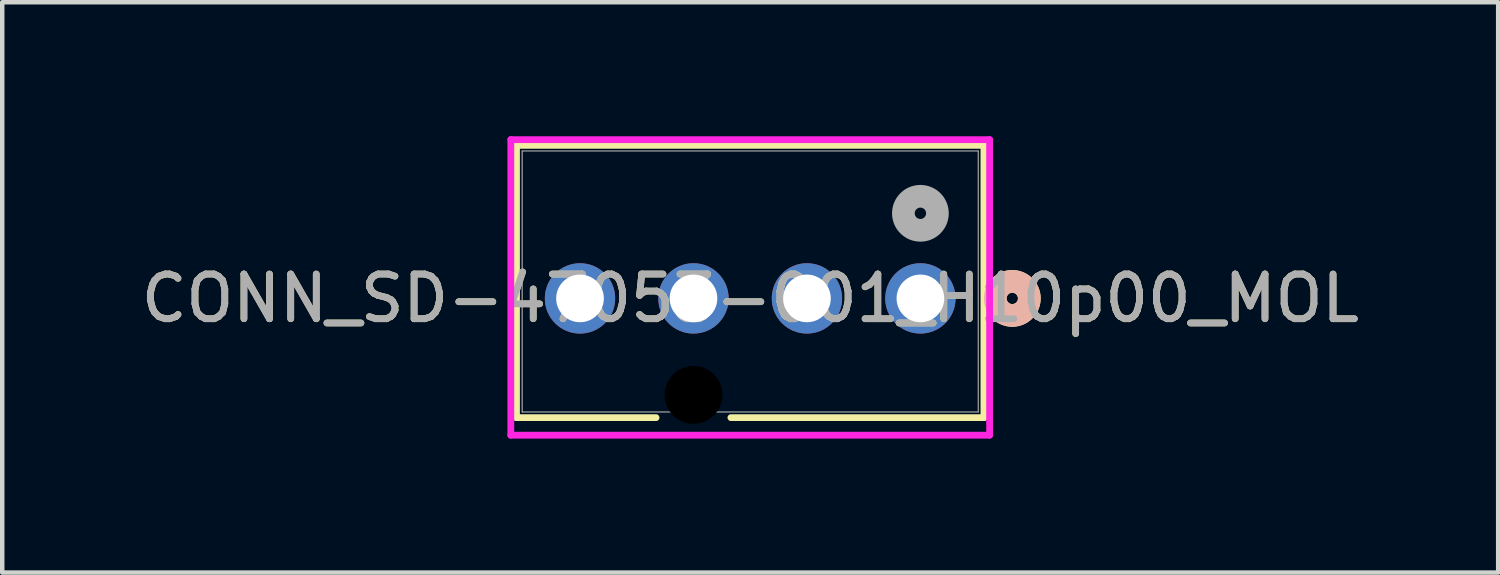
<source format=kicad_pcb>
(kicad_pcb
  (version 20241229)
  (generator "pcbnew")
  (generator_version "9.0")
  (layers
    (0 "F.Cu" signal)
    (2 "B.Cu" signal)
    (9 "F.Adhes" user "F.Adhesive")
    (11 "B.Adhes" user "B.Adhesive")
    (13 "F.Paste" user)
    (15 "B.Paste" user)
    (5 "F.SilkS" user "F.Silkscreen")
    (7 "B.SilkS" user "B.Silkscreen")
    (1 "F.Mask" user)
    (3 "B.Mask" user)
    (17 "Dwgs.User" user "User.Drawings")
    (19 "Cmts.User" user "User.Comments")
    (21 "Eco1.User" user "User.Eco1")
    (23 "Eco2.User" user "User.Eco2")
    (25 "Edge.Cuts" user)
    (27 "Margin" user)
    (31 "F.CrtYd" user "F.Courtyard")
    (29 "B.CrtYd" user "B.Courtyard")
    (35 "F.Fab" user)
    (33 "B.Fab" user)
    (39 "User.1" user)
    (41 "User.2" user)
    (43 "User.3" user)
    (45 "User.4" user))
  (footprint "CONN_SD-47053-001_H10p00_MOL"
    (layer "F.Cu")
    (at 17.554 3.63)
    (property "Reference" "CONN_SD-47053-001_H10p00_MOL" (at -3.81 0 0) (unlocked yes) (layer "F.SilkS") (effects (font (size 1 1) (thickness 0.15))))
    (attr through_hole)
    (fp_line (start -9.042 -3.427) (end -9.042 2.669) (stroke (width 0.152) (type solid)) (layer "F.SilkS"))
    (fp_line (start -9.042 2.669) (end -5.918 2.669) (stroke (width 0.152) (type solid)) (layer "F.SilkS"))
    (fp_line (start -4.242 2.669) (end 1.422 2.669) (stroke (width 0.152) (type solid)) (layer "F.SilkS"))
    (fp_line (start 1.422 -3.427) (end -9.042 -3.427) (stroke (width 0.152) (type solid)) (layer "F.SilkS"))
    (fp_line (start 1.422 2.669) (end 1.422 -3.427) (stroke (width 0.152) (type solid)) (layer "F.SilkS"))
    (fp_circle (center 2.057 0) (end 2.438 0) (stroke (width 0.508) (type solid)) (fill no) (layer "F.SilkS"))
    (fp_circle (center 2.057 0) (end 2.438 0) (stroke (width 0.508) (type solid)) (fill no) (layer "B.SilkS"))
    (fp_line (start -9.169 -3.554) (end -9.169 3.062) (stroke (width 0.152) (type solid)) (layer "F.CrtYd"))
    (fp_line (start -9.169 3.062) (end 1.549 3.062) (stroke (width 0.152) (type solid)) (layer "F.CrtYd"))
    (fp_line (start 1.549 -3.554) (end -9.169 -3.554) (stroke (width 0.152) (type solid)) (layer "F.CrtYd"))
    (fp_line (start 1.549 3.062) (end 1.549 -3.554) (stroke (width 0.152) (type solid)) (layer "F.CrtYd"))
    (fp_line (start -8.915 -3.3) (end -8.915 2.542) (stroke (width 0.025) (type solid)) (layer "F.Fab"))
    (fp_line (start -8.915 2.542) (end 1.295 2.542) (stroke (width 0.025) (type solid)) (layer "F.Fab"))
    (fp_line (start 1.295 -3.3) (end -8.915 -3.3) (stroke (width 0.025) (type solid)) (layer "F.Fab"))
    (fp_line (start 1.295 2.542) (end 1.295 -3.3) (stroke (width 0.025) (type solid)) (layer "F.Fab"))
    (fp_circle (center 0 -1.905) (end 0.381 -1.905) (stroke (width 0.508) (type solid)) (fill no) (layer "F.Fab"))
    (fp_text user "${REFERENCE}" (at -3.81 0 0) (unlocked yes) (layer "F.Fab") (effects (font (size 1 1) (thickness 0.15))))
    (pad "" np_thru_hole circle (at -5.08 2.16) (size 1.295 1.295) (drill 1.295) (layers))
    (pad "1" thru_hole circle (at 0 0) (size 1.575 1.575) (drill 1.067) (layers "*.Cu" "*.Mask"))
    (pad "2" thru_hole circle (at -2.54 0) (size 1.575 1.575) (drill 1.067) (layers "*.Cu" "*.Mask"))
    (pad "3" thru_hole circle (at -5.08 0) (size 1.575 1.575) (drill 1.067) (layers "*.Cu" "*.Mask"))
    (pad "4" thru_hole circle (at -7.62 0) (size 1.575 1.575) (drill 1.067) (layers "*.Cu" "*.Mask")))
  (gr_rect
    (start -3 -3)
    (end 30.488 9.768)
    (stroke (width 0.1) (type default))
    (fill no)
    (layer "Edge.Cuts")))
</source>
